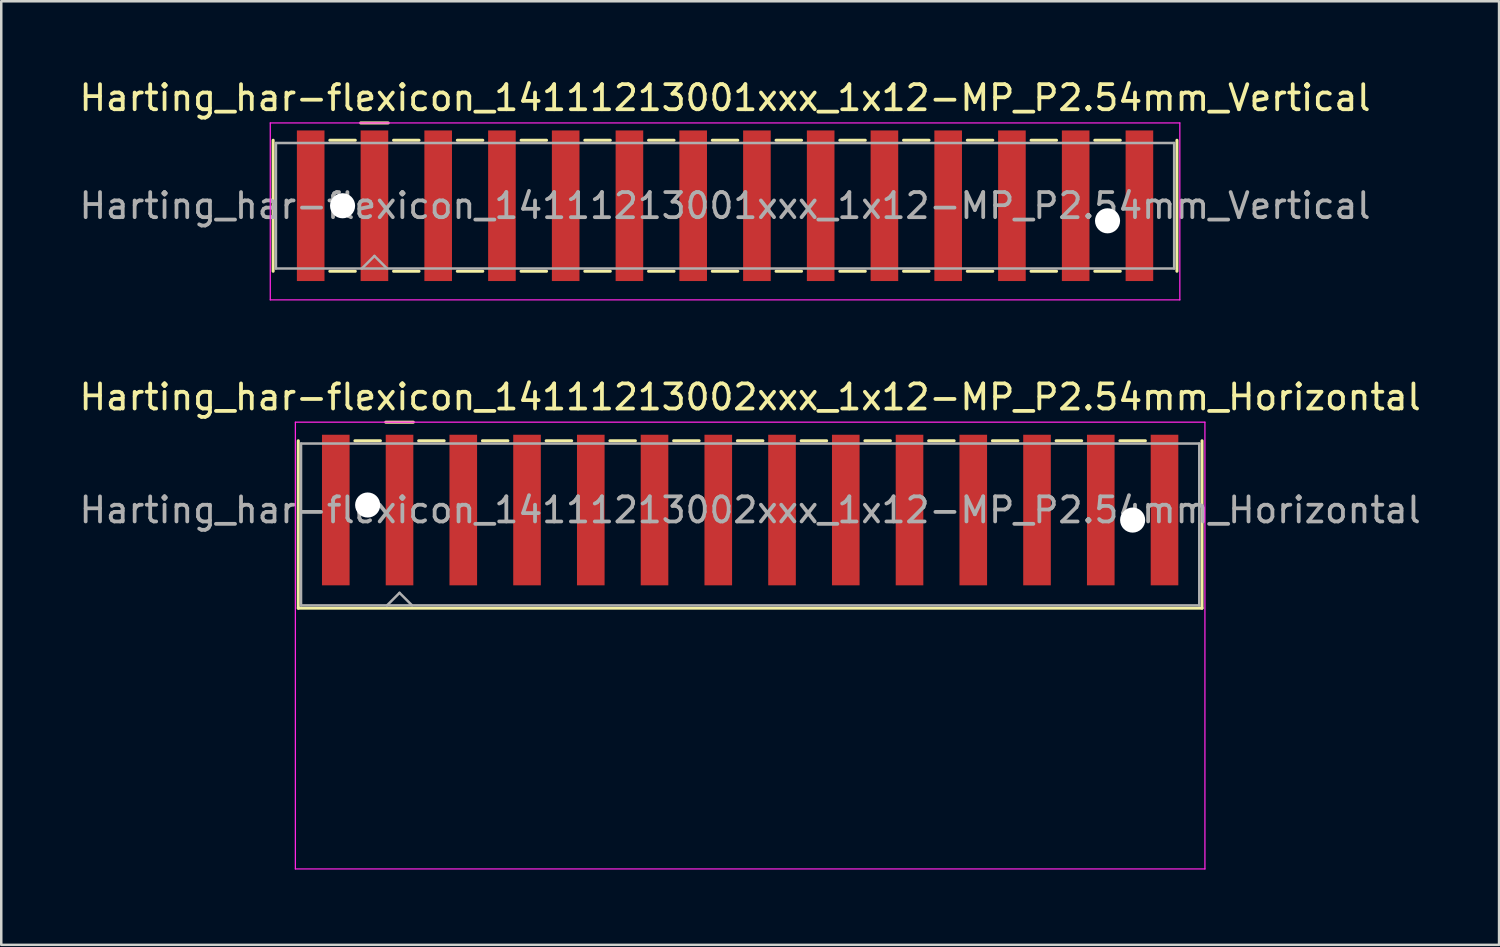
<source format=kicad_pcb>
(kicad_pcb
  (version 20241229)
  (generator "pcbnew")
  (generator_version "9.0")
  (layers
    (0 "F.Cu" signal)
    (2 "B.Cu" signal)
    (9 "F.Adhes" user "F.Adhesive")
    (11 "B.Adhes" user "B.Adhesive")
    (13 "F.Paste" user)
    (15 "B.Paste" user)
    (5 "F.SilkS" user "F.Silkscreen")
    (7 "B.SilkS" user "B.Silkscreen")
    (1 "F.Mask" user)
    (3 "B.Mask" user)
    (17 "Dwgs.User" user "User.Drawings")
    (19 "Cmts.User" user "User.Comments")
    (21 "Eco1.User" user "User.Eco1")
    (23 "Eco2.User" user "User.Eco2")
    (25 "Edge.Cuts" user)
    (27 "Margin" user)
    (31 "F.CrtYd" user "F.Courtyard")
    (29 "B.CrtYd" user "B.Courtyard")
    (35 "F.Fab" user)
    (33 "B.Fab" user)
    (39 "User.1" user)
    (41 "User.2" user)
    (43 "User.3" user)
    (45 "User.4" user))
  (footprint "Harting_har-flexicon_14111213002xxx_1x12-MP_P2.54mm_Horizontal"
    (layer "F.Cu")
    (at 26.839 18.572)
    (property "Reference" "Harting_har-flexicon_14111213002xxx_1x12-MP_P2.54mm_Horizontal" (at 0 -5.8 0) (layer "F.SilkS") (effects (font (size 1 1) (thickness 0.15))))
    (attr smd)
    (fp_line (start -18.005 -4.06) (end -18.005 2.61) (stroke (width 0.12) (type solid)) (layer "F.SilkS"))
    (fp_line (start -15.748 -4.06) (end -14.732 -4.06) (stroke (width 0.12) (type solid)) (layer "F.SilkS"))
    (fp_line (start -14.52 -4.8) (end -13.42 -4.8) (stroke (width 0.12) (type solid)) (layer "F.SilkS"))
    (fp_line (start -13.208 -4.06) (end -12.192 -4.06) (stroke (width 0.12) (type solid)) (layer "F.SilkS"))
    (fp_line (start -10.668 -4.06) (end -9.652 -4.06) (stroke (width 0.12) (type solid)) (layer "F.SilkS"))
    (fp_line (start -8.128 -4.06) (end -7.112 -4.06) (stroke (width 0.12) (type solid)) (layer "F.SilkS"))
    (fp_line (start -5.588 -4.06) (end -4.572 -4.06) (stroke (width 0.12) (type solid)) (layer "F.SilkS"))
    (fp_line (start -3.048 -4.06) (end -2.032 -4.06) (stroke (width 0.12) (type solid)) (layer "F.SilkS"))
    (fp_line (start -0.508 -4.06) (end 0.508 -4.06) (stroke (width 0.12) (type solid)) (layer "F.SilkS"))
    (fp_line (start 2.032 -4.06) (end 3.048 -4.06) (stroke (width 0.12) (type solid)) (layer "F.SilkS"))
    (fp_line (start 4.572 -4.06) (end 5.588 -4.06) (stroke (width 0.12) (type solid)) (layer "F.SilkS"))
    (fp_line (start 7.112 -4.06) (end 8.128 -4.06) (stroke (width 0.12) (type solid)) (layer "F.SilkS"))
    (fp_line (start 9.652 -4.06) (end 10.668 -4.06) (stroke (width 0.12) (type solid)) (layer "F.SilkS"))
    (fp_line (start 12.192 -4.06) (end 13.208 -4.06) (stroke (width 0.12) (type solid)) (layer "F.SilkS"))
    (fp_line (start 14.732 -4.06) (end 15.748 -4.06) (stroke (width 0.12) (type solid)) (layer "F.SilkS"))
    (fp_line (start 18.005 -4.06) (end 18.005 2.61) (stroke (width 0.12) (type solid)) (layer "F.SilkS"))
    (fp_line (start 18.005 2.61) (end -18.005 2.61) (stroke (width 0.12) (type solid)) (layer "F.SilkS"))
    (fp_line (start -18.12 -4.8) (end -18.12 13) (stroke (width 0.05) (type solid)) (layer "F.CrtYd"))
    (fp_line (start -18.12 13) (end 18.12 13) (stroke (width 0.05) (type solid)) (layer "F.CrtYd"))
    (fp_line (start 18.12 -4.8) (end -18.12 -4.8) (stroke (width 0.05) (type solid)) (layer "F.CrtYd"))
    (fp_line (start 18.12 13) (end 18.12 -4.8) (stroke (width 0.05) (type solid)) (layer "F.CrtYd"))
    (fp_line (start -17.895 -3.95) (end -17.895 2.5) (stroke (width 0.1) (type solid)) (layer "F.Fab"))
    (fp_line (start -17.895 2.5) (end 17.895 2.5) (stroke (width 0.1) (type solid)) (layer "F.Fab"))
    (fp_line (start -14.47 2.5) (end -13.97 2) (stroke (width 0.1) (type solid)) (layer "F.Fab"))
    (fp_line (start -13.97 2) (end -13.47 2.5) (stroke (width 0.1) (type solid)) (layer "F.Fab"))
    (fp_line (start 17.895 -3.95) (end -17.895 -3.95) (stroke (width 0.1) (type solid)) (layer "F.Fab"))
    (fp_line (start 17.895 2.5) (end 17.895 -3.95) (stroke (width 0.1) (type solid)) (layer "F.Fab"))
    (fp_text user "${REFERENCE}" (at 0 -1.3 0) (layer "F.Fab") (effects (font (size 1 1) (thickness 0.15))))
    (pad "" np_thru_hole circle (at -15.24 -1.5) (size 1 1) (drill 1) (layers "*.Cu" "*.Mask"))
    (pad "" np_thru_hole circle (at 15.24 -0.9) (size 1 1) (drill 1) (layers "*.Cu" "*.Mask"))
    (pad "1" smd rect (at -13.97 -1.3) (size 1.1 6) (layers "F.Cu" "F.Mask" "F.Paste"))
    (pad "2" smd rect (at -11.43 -1.3) (size 1.1 6) (layers "F.Cu" "F.Mask" "F.Paste"))
    (pad "3" smd rect (at -8.89 -1.3) (size 1.1 6) (layers "F.Cu" "F.Mask" "F.Paste"))
    (pad "4" smd rect (at -6.35 -1.3) (size 1.1 6) (layers "F.Cu" "F.Mask" "F.Paste"))
    (pad "5" smd rect (at -3.81 -1.3) (size 1.1 6) (layers "F.Cu" "F.Mask" "F.Paste"))
    (pad "6" smd rect (at -1.27 -1.3) (size 1.1 6) (layers "F.Cu" "F.Mask" "F.Paste"))
    (pad "7" smd rect (at 1.27 -1.3) (size 1.1 6) (layers "F.Cu" "F.Mask" "F.Paste"))
    (pad "8" smd rect (at 3.81 -1.3) (size 1.1 6) (layers "F.Cu" "F.Mask" "F.Paste"))
    (pad "9" smd rect (at 6.35 -1.3) (size 1.1 6) (layers "F.Cu" "F.Mask" "F.Paste"))
    (pad "10" smd rect (at 8.89 -1.3) (size 1.1 6) (layers "F.Cu" "F.Mask" "F.Paste"))
    (pad "11" smd rect (at 11.43 -1.3) (size 1.1 6) (layers "F.Cu" "F.Mask" "F.Paste"))
    (pad "12" smd rect (at 13.97 -1.3) (size 1.1 6) (layers "F.Cu" "F.Mask" "F.Paste"))
    (pad "MP" smd rect (at -16.51 -1.3) (size 1.1 6) (layers "F.Cu" "F.Mask" "F.Paste"))
    (pad "MP" smd rect (at 16.51 -1.3) (size 1.1 6) (layers "F.Cu" "F.Mask" "F.Paste")))
  (footprint "Harting_har-flexicon_14111213001xxx_1x12-MP_P2.54mm_Vertical"
    (layer "F.Cu")
    (at 25.839 5.148)
    (property "Reference" "Harting_har-flexicon_14111213001xxx_1x12-MP_P2.54mm_Vertical" (at 0 -4.3 0) (layer "F.SilkS") (effects (font (size 1 1) (thickness 0.15))))
    (attr smd)
    (fp_line (start -18.005 -2.61) (end -18.005 2.61) (stroke (width 0.12) (type solid)) (layer "F.SilkS"))
    (fp_line (start -15.748 -2.61) (end -14.732 -2.61) (stroke (width 0.12) (type solid)) (layer "F.SilkS"))
    (fp_line (start -15.748 2.61) (end -14.732 2.61) (stroke (width 0.12) (type solid)) (layer "F.SilkS"))
    (fp_line (start -14.52 -3.3) (end -13.42 -3.3) (stroke (width 0.12) (type solid)) (layer "F.SilkS"))
    (fp_line (start -13.208 -2.61) (end -12.192 -2.61) (stroke (width 0.12) (type solid)) (layer "F.SilkS"))
    (fp_line (start -13.208 2.61) (end -12.192 2.61) (stroke (width 0.12) (type solid)) (layer "F.SilkS"))
    (fp_line (start -10.668 -2.61) (end -9.652 -2.61) (stroke (width 0.12) (type solid)) (layer "F.SilkS"))
    (fp_line (start -10.668 2.61) (end -9.652 2.61) (stroke (width 0.12) (type solid)) (layer "F.SilkS"))
    (fp_line (start -8.128 -2.61) (end -7.112 -2.61) (stroke (width 0.12) (type solid)) (layer "F.SilkS"))
    (fp_line (start -8.128 2.61) (end -7.112 2.61) (stroke (width 0.12) (type solid)) (layer "F.SilkS"))
    (fp_line (start -5.588 -2.61) (end -4.572 -2.61) (stroke (width 0.12) (type solid)) (layer "F.SilkS"))
    (fp_line (start -5.588 2.61) (end -4.572 2.61) (stroke (width 0.12) (type solid)) (layer "F.SilkS"))
    (fp_line (start -3.048 -2.61) (end -2.032 -2.61) (stroke (width 0.12) (type solid)) (layer "F.SilkS"))
    (fp_line (start -3.048 2.61) (end -2.032 2.61) (stroke (width 0.12) (type solid)) (layer "F.SilkS"))
    (fp_line (start -0.508 -2.61) (end 0.508 -2.61) (stroke (width 0.12) (type solid)) (layer "F.SilkS"))
    (fp_line (start -0.508 2.61) (end 0.508 2.61) (stroke (width 0.12) (type solid)) (layer "F.SilkS"))
    (fp_line (start 2.032 -2.61) (end 3.048 -2.61) (stroke (width 0.12) (type solid)) (layer "F.SilkS"))
    (fp_line (start 2.032 2.61) (end 3.048 2.61) (stroke (width 0.12) (type solid)) (layer "F.SilkS"))
    (fp_line (start 4.572 -2.61) (end 5.588 -2.61) (stroke (width 0.12) (type solid)) (layer "F.SilkS"))
    (fp_line (start 4.572 2.61) (end 5.588 2.61) (stroke (width 0.12) (type solid)) (layer "F.SilkS"))
    (fp_line (start 7.112 -2.61) (end 8.128 -2.61) (stroke (width 0.12) (type solid)) (layer "F.SilkS"))
    (fp_line (start 7.112 2.61) (end 8.128 2.61) (stroke (width 0.12) (type solid)) (layer "F.SilkS"))
    (fp_line (start 9.652 -2.61) (end 10.668 -2.61) (stroke (width 0.12) (type solid)) (layer "F.SilkS"))
    (fp_line (start 9.652 2.61) (end 10.668 2.61) (stroke (width 0.12) (type solid)) (layer "F.SilkS"))
    (fp_line (start 12.192 -2.61) (end 13.208 -2.61) (stroke (width 0.12) (type solid)) (layer "F.SilkS"))
    (fp_line (start 12.192 2.61) (end 13.208 2.61) (stroke (width 0.12) (type solid)) (layer "F.SilkS"))
    (fp_line (start 14.732 -2.61) (end 15.748 -2.61) (stroke (width 0.12) (type solid)) (layer "F.SilkS"))
    (fp_line (start 14.732 2.61) (end 15.748 2.61) (stroke (width 0.12) (type solid)) (layer "F.SilkS"))
    (fp_line (start 18.005 -2.61) (end 18.005 2.61) (stroke (width 0.12) (type solid)) (layer "F.SilkS"))
    (fp_line (start -18.12 -3.3) (end -18.12 3.75) (stroke (width 0.05) (type solid)) (layer "F.CrtYd"))
    (fp_line (start -18.12 3.75) (end 18.12 3.75) (stroke (width 0.05) (type solid)) (layer "F.CrtYd"))
    (fp_line (start 18.12 -3.3) (end -18.12 -3.3) (stroke (width 0.05) (type solid)) (layer "F.CrtYd"))
    (fp_line (start 18.12 3.75) (end 18.12 -3.3) (stroke (width 0.05) (type solid)) (layer "F.CrtYd"))
    (fp_line (start -17.895 -2.5) (end -17.895 2.5) (stroke (width 0.1) (type solid)) (layer "F.Fab"))
    (fp_line (start -17.895 2.5) (end 17.895 2.5) (stroke (width 0.1) (type solid)) (layer "F.Fab"))
    (fp_line (start -14.47 2.5) (end -13.97 2) (stroke (width 0.1) (type solid)) (layer "F.Fab"))
    (fp_line (start -13.97 2) (end -13.47 2.5) (stroke (width 0.1) (type solid)) (layer "F.Fab"))
    (fp_line (start 17.895 -2.5) (end -17.895 -2.5) (stroke (width 0.1) (type solid)) (layer "F.Fab"))
    (fp_line (start 17.895 2.5) (end 17.895 -2.5) (stroke (width 0.1) (type solid)) (layer "F.Fab"))
    (fp_text user "${REFERENCE}" (at 0 0 0) (layer "F.Fab") (effects (font (size 1 1) (thickness 0.15))))
    (pad "" np_thru_hole circle (at -15.24 0) (size 1 1) (drill 1) (layers "*.Cu" "*.Mask"))
    (pad "" np_thru_hole circle (at 15.24 0.6) (size 1 1) (drill 1) (layers "*.Cu" "*.Mask"))
    (pad "1" smd rect (at -13.97 0) (size 1.1 6) (layers "F.Cu" "F.Mask" "F.Paste"))
    (pad "2" smd rect (at -11.43 0) (size 1.1 6) (layers "F.Cu" "F.Mask" "F.Paste"))
    (pad "3" smd rect (at -8.89 0) (size 1.1 6) (layers "F.Cu" "F.Mask" "F.Paste"))
    (pad "4" smd rect (at -6.35 0) (size 1.1 6) (layers "F.Cu" "F.Mask" "F.Paste"))
    (pad "5" smd rect (at -3.81 0) (size 1.1 6) (layers "F.Cu" "F.Mask" "F.Paste"))
    (pad "6" smd rect (at -1.27 0) (size 1.1 6) (layers "F.Cu" "F.Mask" "F.Paste"))
    (pad "7" smd rect (at 1.27 0) (size 1.1 6) (layers "F.Cu" "F.Mask" "F.Paste"))
    (pad "8" smd rect (at 3.81 0) (size 1.1 6) (layers "F.Cu" "F.Mask" "F.Paste"))
    (pad "9" smd rect (at 6.35 0) (size 1.1 6) (layers "F.Cu" "F.Mask" "F.Paste"))
    (pad "10" smd rect (at 8.89 0) (size 1.1 6) (layers "F.Cu" "F.Mask" "F.Paste"))
    (pad "11" smd rect (at 11.43 0) (size 1.1 6) (layers "F.Cu" "F.Mask" "F.Paste"))
    (pad "12" smd rect (at 13.97 0) (size 1.1 6) (layers "F.Cu" "F.Mask" "F.Paste"))
    (pad "MP" smd rect (at -16.51 0) (size 1.1 6) (layers "F.Cu" "F.Mask" "F.Paste"))
    (pad "MP" smd rect (at 16.51 0) (size 1.1 6) (layers "F.Cu" "F.Mask" "F.Paste")))
  (gr_rect
    (start -3 -3)
    (end 56.679 34.596)
    (stroke (width 0.1) (type default))
    (fill no)
    (layer "Edge.Cuts")))
</source>
